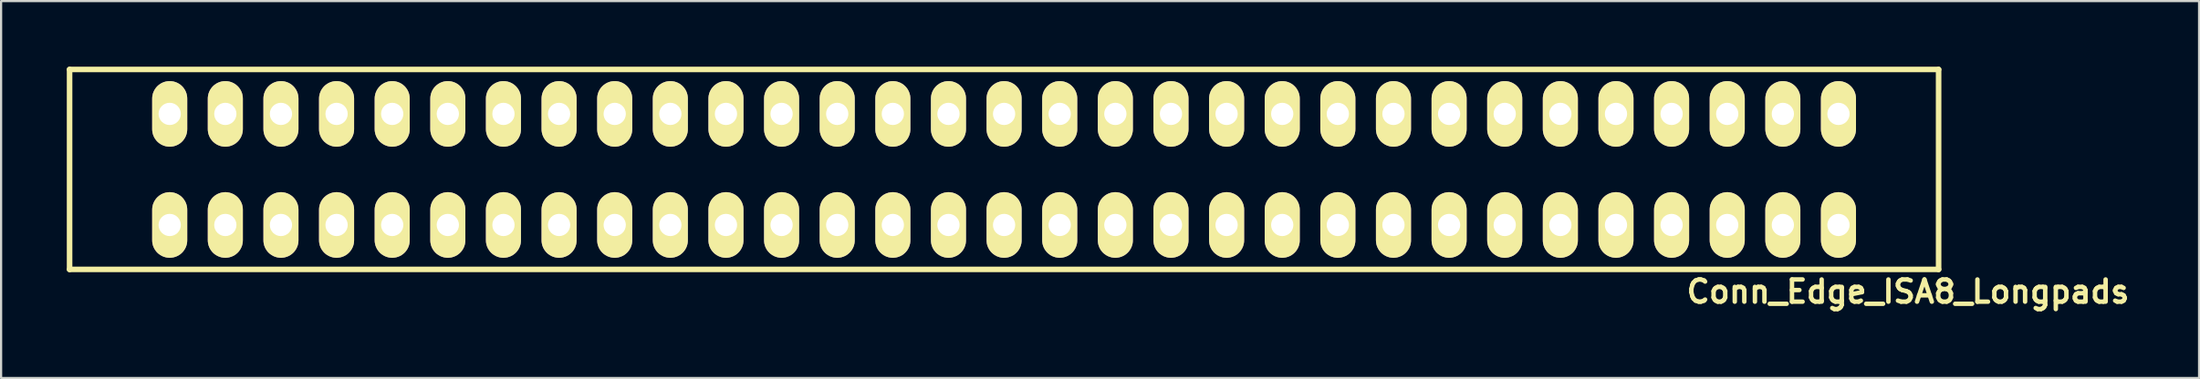
<source format=kicad_pcb>
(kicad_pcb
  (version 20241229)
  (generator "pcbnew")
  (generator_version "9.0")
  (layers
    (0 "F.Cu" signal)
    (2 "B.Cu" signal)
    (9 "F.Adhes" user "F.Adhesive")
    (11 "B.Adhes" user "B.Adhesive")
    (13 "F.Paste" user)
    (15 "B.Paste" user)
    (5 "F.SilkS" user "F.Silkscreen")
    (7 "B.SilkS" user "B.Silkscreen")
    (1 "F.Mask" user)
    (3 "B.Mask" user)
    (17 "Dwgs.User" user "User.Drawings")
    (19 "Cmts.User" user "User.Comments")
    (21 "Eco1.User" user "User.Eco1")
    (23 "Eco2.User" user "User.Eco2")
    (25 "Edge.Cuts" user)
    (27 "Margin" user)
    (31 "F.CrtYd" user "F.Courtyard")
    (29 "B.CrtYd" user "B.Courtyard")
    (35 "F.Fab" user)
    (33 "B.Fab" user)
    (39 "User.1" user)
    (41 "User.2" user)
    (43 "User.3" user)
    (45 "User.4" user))
  (footprint "Conn_Edge_ISA8_Longpads"
    (layer "F.Cu")
    (at 42.799 4.699)
    (property "Reference" "Conn_Edge_ISA8_Longpads" (at 41.275 5.588 180) (layer "F.SilkS") (effects (font (size 1.016 1.016) (thickness 0.203))))
    (attr through_hole)
    (fp_line (start -42.672 -4.572) (end 42.672 -4.572) (stroke (width 0.254) (type solid)) (layer "F.SilkS"))
    (fp_line (start -42.672 4.572) (end -42.672 -4.572) (stroke (width 0.254) (type solid)) (layer "F.SilkS"))
    (fp_line (start 42.672 -4.572) (end 42.672 4.572) (stroke (width 0.254) (type solid)) (layer "F.SilkS"))
    (fp_line (start 42.672 4.572) (end -42.672 4.572) (stroke (width 0.254) (type solid)) (layer "F.SilkS"))
    (pad "1" thru_hole oval (at 38.1 -2.54 180) (size 1.6 3) (drill 1.016) (layers "*.Cu" "*.Mask" "F.SilkS"))
    (pad "2" thru_hole oval (at 35.56 -2.54 180) (size 1.6 3) (drill 1.016) (layers "*.Cu" "*.Mask" "F.SilkS"))
    (pad "3" thru_hole oval (at 33.02 -2.54 180) (size 1.6 3) (drill 1.016) (layers "*.Cu" "*.Mask" "F.SilkS"))
    (pad "4" thru_hole oval (at 30.48 -2.54 180) (size 1.6 3) (drill 1.016) (layers "*.Cu" "*.Mask" "F.SilkS"))
    (pad "5" thru_hole oval (at 27.94 -2.54 180) (size 1.6 3) (drill 1.016) (layers "*.Cu" "*.Mask" "F.SilkS"))
    (pad "6" thru_hole oval (at 25.4 -2.54 180) (size 1.6 3) (drill 1.016) (layers "*.Cu" "*.Mask" "F.SilkS"))
    (pad "7" thru_hole oval (at 22.86 -2.54 180) (size 1.6 3) (drill 1.016) (layers "*.Cu" "*.Mask" "F.SilkS"))
    (pad "8" thru_hole oval (at 20.32 -2.54 180) (size 1.6 3) (drill 1.016) (layers "*.Cu" "*.Mask" "F.SilkS"))
    (pad "9" thru_hole oval (at 17.78 -2.54 180) (size 1.6 3) (drill 1.016) (layers "*.Cu" "*.Mask" "F.SilkS"))
    (pad "10" thru_hole oval (at 15.24 -2.54 180) (size 1.6 3) (drill 1.016) (layers "*.Cu" "*.Mask" "F.SilkS"))
    (pad "11" thru_hole oval (at 12.7 -2.54 180) (size 1.6 3) (drill 1.016) (layers "*.Cu" "*.Mask" "F.SilkS"))
    (pad "12" thru_hole oval (at 10.16 -2.54 180) (size 1.6 3) (drill 1.016) (layers "*.Cu" "*.Mask" "F.SilkS"))
    (pad "13" thru_hole oval (at 7.62 -2.54 180) (size 1.6 3) (drill 1.016) (layers "*.Cu" "*.Mask" "F.SilkS"))
    (pad "14" thru_hole oval (at 5.08 -2.54 180) (size 1.6 3) (drill 1.016) (layers "*.Cu" "*.Mask" "F.SilkS"))
    (pad "15" thru_hole oval (at 2.54 -2.54 180) (size 1.6 3) (drill 1.016) (layers "*.Cu" "*.Mask" "F.SilkS"))
    (pad "16" thru_hole oval (at 0 -2.54 180) (size 1.6 3) (drill 1.016) (layers "*.Cu" "*.Mask" "F.SilkS"))
    (pad "17" thru_hole oval (at -2.54 -2.54 180) (size 1.6 3) (drill 1.016) (layers "*.Cu" "*.Mask" "F.SilkS"))
    (pad "18" thru_hole oval (at -5.08 -2.54 180) (size 1.6 3) (drill 1.016) (layers "*.Cu" "*.Mask" "F.SilkS"))
    (pad "19" thru_hole oval (at -7.62 -2.54 180) (size 1.6 3) (drill 1.016) (layers "*.Cu" "*.Mask" "F.SilkS"))
    (pad "20" thru_hole oval (at -10.16 -2.54 180) (size 1.6 3) (drill 1.016) (layers "*.Cu" "*.Mask" "F.SilkS"))
    (pad "21" thru_hole oval (at -12.7 -2.54 180) (size 1.6 3) (drill 1.016) (layers "*.Cu" "*.Mask" "F.SilkS"))
    (pad "22" thru_hole oval (at -15.24 -2.54 180) (size 1.6 3) (drill 1.016) (layers "*.Cu" "*.Mask" "F.SilkS"))
    (pad "23" thru_hole oval (at -17.78 -2.54 180) (size 1.6 3) (drill 1.016) (layers "*.Cu" "*.Mask" "F.SilkS"))
    (pad "24" thru_hole oval (at -20.32 -2.54 180) (size 1.6 3) (drill 1.016) (layers "*.Cu" "*.Mask" "F.SilkS"))
    (pad "25" thru_hole oval (at -22.86 -2.54 180) (size 1.6 3) (drill 1.016) (layers "*.Cu" "*.Mask" "F.SilkS"))
    (pad "26" thru_hole oval (at -25.4 -2.54 180) (size 1.6 3) (drill 1.016) (layers "*.Cu" "*.Mask" "F.SilkS"))
    (pad "27" thru_hole oval (at -27.94 -2.54 180) (size 1.6 3) (drill 1.016) (layers "*.Cu" "*.Mask" "F.SilkS"))
    (pad "28" thru_hole oval (at -30.48 -2.54 180) (size 1.6 3) (drill 1.016) (layers "*.Cu" "*.Mask" "F.SilkS"))
    (pad "29" thru_hole oval (at -33.02 -2.54 180) (size 1.6 3) (drill 1.016) (layers "*.Cu" "*.Mask" "F.SilkS"))
    (pad "30" thru_hole oval (at -35.56 -2.54 180) (size 1.6 3) (drill 1.016) (layers "*.Cu" "*.Mask" "F.SilkS"))
    (pad "31" thru_hole oval (at -38.1 -2.54 180) (size 1.6 3) (drill 1.016) (layers "*.Cu" "*.Mask" "F.SilkS"))
    (pad "32" thru_hole oval (at 38.1 2.54 180) (size 1.6 3) (drill 1.016) (layers "*.Cu" "*.Mask" "F.SilkS"))
    (pad "33" thru_hole oval (at 35.56 2.54 180) (size 1.6 3) (drill 1.016) (layers "*.Cu" "*.Mask" "F.SilkS"))
    (pad "34" thru_hole oval (at 33.02 2.54 180) (size 1.6 3) (drill 1.016) (layers "*.Cu" "*.Mask" "F.SilkS"))
    (pad "35" thru_hole oval (at 30.48 2.54 180) (size 1.6 3) (drill 1.016) (layers "*.Cu" "*.Mask" "F.SilkS"))
    (pad "36" thru_hole oval (at 27.94 2.54 180) (size 1.6 3) (drill 1.016) (layers "*.Cu" "*.Mask" "F.SilkS"))
    (pad "37" thru_hole oval (at 25.4 2.54 180) (size 1.6 3) (drill 1.016) (layers "*.Cu" "*.Mask" "F.SilkS"))
    (pad "38" thru_hole oval (at 22.86 2.54 180) (size 1.6 3) (drill 1.016) (layers "*.Cu" "*.Mask" "F.SilkS"))
    (pad "39" thru_hole oval (at 20.32 2.54 180) (size 1.6 3) (drill 1.016) (layers "*.Cu" "*.Mask" "F.SilkS"))
    (pad "40" thru_hole oval (at 17.78 2.54 180) (size 1.6 3) (drill 1.016) (layers "*.Cu" "*.Mask" "F.SilkS"))
    (pad "41" thru_hole oval (at 15.24 2.54 180) (size 1.6 3) (drill 1.016) (layers "*.Cu" "*.Mask" "F.SilkS"))
    (pad "42" thru_hole oval (at 12.7 2.54 180) (size 1.6 3) (drill 1.016) (layers "*.Cu" "*.Mask" "F.SilkS"))
    (pad "43" thru_hole oval (at 10.16 2.54 180) (size 1.6 3) (drill 1.016) (layers "*.Cu" "*.Mask" "F.SilkS"))
    (pad "44" thru_hole oval (at 7.62 2.54 180) (size 1.6 3) (drill 1.016) (layers "*.Cu" "*.Mask" "F.SilkS"))
    (pad "45" thru_hole oval (at 5.08 2.54 180) (size 1.6 3) (drill 1.016) (layers "*.Cu" "*.Mask" "F.SilkS"))
    (pad "46" thru_hole oval (at 2.54 2.54 180) (size 1.6 3) (drill 1.016) (layers "*.Cu" "*.Mask" "F.SilkS"))
    (pad "47" thru_hole oval (at 0 2.54 180) (size 1.6 3) (drill 1.016) (layers "*.Cu" "*.Mask" "F.SilkS"))
    (pad "48" thru_hole oval (at -2.54 2.54 180) (size 1.6 3) (drill 1.016) (layers "*.Cu" "*.Mask" "F.SilkS"))
    (pad "49" thru_hole oval (at -5.08 2.54 180) (size 1.6 3) (drill 1.016) (layers "*.Cu" "*.Mask" "F.SilkS"))
    (pad "50" thru_hole oval (at -7.62 2.54 180) (size 1.6 3) (drill 1.016) (layers "*.Cu" "*.Mask" "F.SilkS"))
    (pad "51" thru_hole oval (at -10.16 2.54 180) (size 1.6 3) (drill 1.016) (layers "*.Cu" "*.Mask" "F.SilkS"))
    (pad "52" thru_hole oval (at -12.7 2.54 180) (size 1.6 3) (drill 1.016) (layers "*.Cu" "*.Mask" "F.SilkS"))
    (pad "53" thru_hole oval (at -15.24 2.54 180) (size 1.6 3) (drill 1.016) (layers "*.Cu" "*.Mask" "F.SilkS"))
    (pad "54" thru_hole oval (at -17.78 2.54 180) (size 1.6 3) (drill 1.016) (layers "*.Cu" "*.Mask" "F.SilkS"))
    (pad "55" thru_hole oval (at -20.32 2.54 180) (size 1.6 3) (drill 1.016) (layers "*.Cu" "*.Mask" "F.SilkS"))
    (pad "56" thru_hole oval (at -22.86 2.54 180) (size 1.6 3) (drill 1.016) (layers "*.Cu" "*.Mask" "F.SilkS"))
    (pad "57" thru_hole oval (at -25.4 2.54 180) (size 1.6 3) (drill 1.016) (layers "*.Cu" "*.Mask" "F.SilkS"))
    (pad "58" thru_hole oval (at -27.94 2.54 180) (size 1.6 3) (drill 1.016) (layers "*.Cu" "*.Mask" "F.SilkS"))
    (pad "59" thru_hole oval (at -30.48 2.54 180) (size 1.6 3) (drill 1.016) (layers "*.Cu" "*.Mask" "F.SilkS"))
    (pad "60" thru_hole oval (at -33.02 2.54 180) (size 1.6 3) (drill 1.016) (layers "*.Cu" "*.Mask" "F.SilkS"))
    (pad "61" thru_hole oval (at -35.56 2.54 180) (size 1.6 3) (drill 1.016) (layers "*.Cu" "*.Mask" "F.SilkS"))
    (pad "62" thru_hole oval (at -38.1 2.54 180) (size 1.6 3) (drill 1.016) (layers "*.Cu" "*.Mask" "F.SilkS")))
  (gr_rect
    (start -3 -3)
    (end 97.365 14.238)
    (stroke (width 0.1) (type default))
    (fill no)
    (layer "Edge.Cuts")))
</source>
